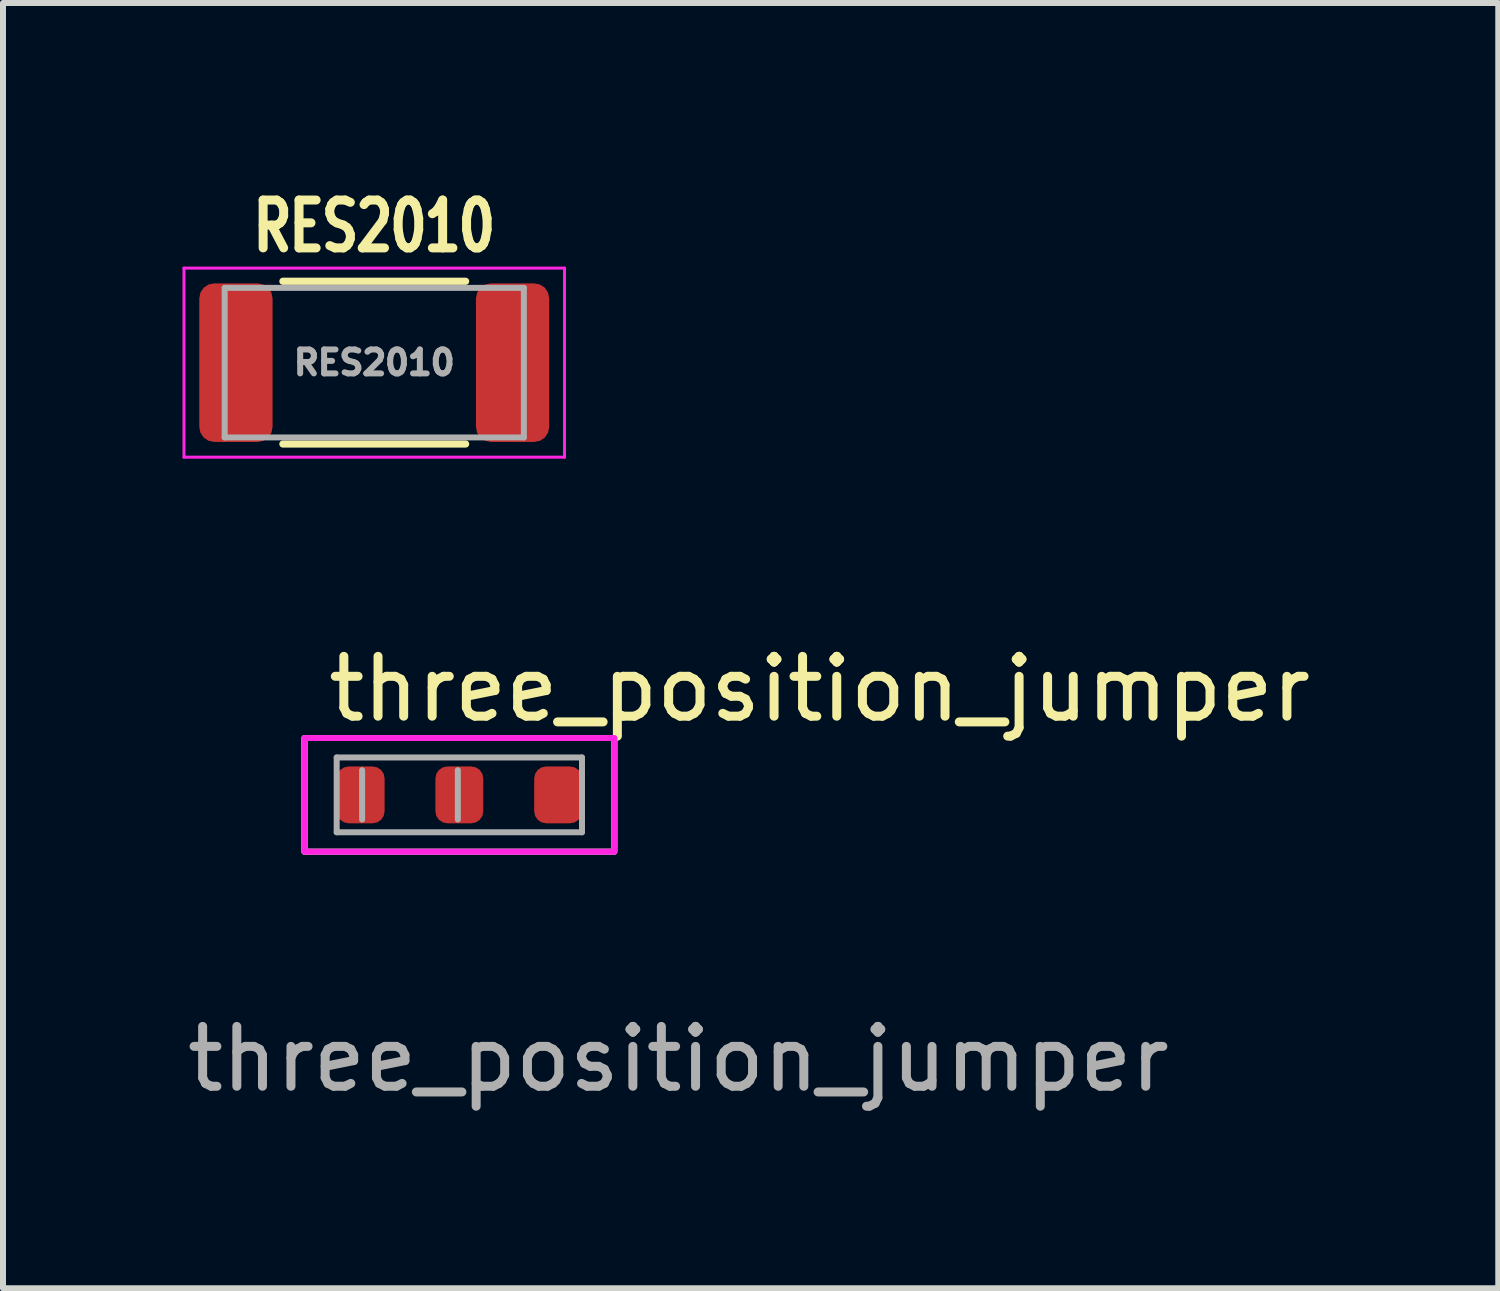
<source format=kicad_pcb>
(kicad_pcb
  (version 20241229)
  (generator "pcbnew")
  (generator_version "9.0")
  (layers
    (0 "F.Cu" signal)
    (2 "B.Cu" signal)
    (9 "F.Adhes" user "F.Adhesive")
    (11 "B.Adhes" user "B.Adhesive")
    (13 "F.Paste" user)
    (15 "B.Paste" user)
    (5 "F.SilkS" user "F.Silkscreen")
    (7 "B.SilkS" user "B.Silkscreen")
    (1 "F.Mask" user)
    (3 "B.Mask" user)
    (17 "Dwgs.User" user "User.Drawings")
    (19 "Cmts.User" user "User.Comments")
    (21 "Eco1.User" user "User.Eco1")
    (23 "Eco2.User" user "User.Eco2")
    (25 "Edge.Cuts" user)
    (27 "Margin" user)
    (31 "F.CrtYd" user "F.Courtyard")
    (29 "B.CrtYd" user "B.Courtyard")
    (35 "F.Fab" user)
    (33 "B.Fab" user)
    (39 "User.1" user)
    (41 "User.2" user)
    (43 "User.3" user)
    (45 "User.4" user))
  (footprint "three_position_jumper"
    (layer "F.Cu")
    (at 4.48 10.395)
    (property "Reference" "three_position_jumper" (at -2.12 -1.93 0) (layer "F.SilkS") (effects (font (size 1 1) (thickness 0.15)) (justify left)))
    (attr smd)
    (fp_rect (start -2.442 -1.11) (end 2.737 0.79) (stroke (width 0.1) (type default)) (fill no) (layer "F.SilkS"))
    (fp_rect (start -2.442 -1.11) (end 2.737 0.79) (stroke (width 0.1) (type default)) (fill no) (layer "F.CrtYd"))
    (fp_line (start -1.903 -0.785) (end 2.197 -0.785) (stroke (width 0.1) (type solid)) (layer "F.Fab"))
    (fp_line (start -1.903 0.465) (end -1.903 -0.785) (stroke (width 0.1) (type solid)) (layer "F.Fab"))
    (fp_line (start -1.903 0.465) (end 2.197 0.465) (stroke (width 0.1) (type solid)) (layer "F.Fab"))
    (fp_line (start -1.478 0.253) (end -1.478 -0.573) (stroke (width 0.1) (type solid)) (layer "F.Fab"))
    (fp_line (start 0.122 -0.573) (end 0.122 0.253) (stroke (width 0.1) (type solid)) (layer "F.Fab"))
    (fp_line (start 2.197 -0.785) (end 2.197 0.465) (stroke (width 0.1) (type solid)) (layer "F.Fab"))
    (fp_rect (start -2.442 -1.11) (end 2.737 0.79) (stroke (width 0.1) (type default)) (fill no) (layer "F.Fab"))
    (fp_text user "${REFERENCE}" (at -4.48 4.84 0) (unlocked yes) (layer "F.Fab") (effects (font (size 1 1) (thickness 0.15)) (justify left bottom)))
    (pad "1" smd roundrect (at -1.502 -0.16) (size 0.8 0.95) (layers "F.Cu" "F.Mask" "F.Paste") (roundrect_rratio 0.25))
    (pad "2" smd roundrect (at 0.147 -0.16) (size 0.8 0.95) (layers "F.Cu" "F.Mask" "F.Paste") (roundrect_rratio 0.25))
    (pad "3" smd roundrect (at 1.798 -0.16) (size 0.8 0.95) (layers "F.Cu" "F.Mask" "F.Paste") (roundrect_rratio 0.25)))
  (footprint "RES2010"
    (layer "F.Cu")
    (at 3.205 3.011)
    (property "Reference" "RES2010" (at 0 -2.28 0) (layer "F.SilkS") (effects (font (size 0.8 0.6) (thickness 0.15))))
    (attr smd)
    (fp_line (start -1.527 -1.36) (end 1.527 -1.36) (stroke (width 0.12) (type solid)) (layer "F.SilkS"))
    (fp_line (start -1.527 1.36) (end 1.527 1.36) (stroke (width 0.12) (type solid)) (layer "F.SilkS"))
    (fp_line (start -3.18 -1.58) (end 3.18 -1.58) (stroke (width 0.05) (type solid)) (layer "F.CrtYd"))
    (fp_line (start -3.18 1.58) (end -3.18 -1.58) (stroke (width 0.05) (type solid)) (layer "F.CrtYd"))
    (fp_line (start 3.18 -1.58) (end 3.18 1.58) (stroke (width 0.05) (type solid)) (layer "F.CrtYd"))
    (fp_line (start 3.18 1.58) (end -3.18 1.58) (stroke (width 0.05) (type solid)) (layer "F.CrtYd"))
    (fp_line (start -2.5 -1.25) (end 2.5 -1.25) (stroke (width 0.1) (type solid)) (layer "F.Fab"))
    (fp_line (start -2.5 1.25) (end -2.5 -1.25) (stroke (width 0.1) (type solid)) (layer "F.Fab"))
    (fp_line (start 2.5 -1.25) (end 2.5 1.25) (stroke (width 0.1) (type solid)) (layer "F.Fab"))
    (fp_line (start 2.5 1.25) (end -2.5 1.25) (stroke (width 0.1) (type solid)) (layer "F.Fab"))
    (fp_text user "${REFERENCE}" (at 0 0 0) (layer "F.Fab") (effects (font (size 0.4 0.4) (thickness 0.1))))
    (pad "1" smd roundrect (at -2.312 0) (size 1.225 2.65) (layers "F.Cu" "F.Mask" "F.Paste") (roundrect_rratio 0.204))
    (pad "2" smd roundrect (at 2.312 0) (size 1.225 2.65) (layers "F.Cu" "F.Mask" "F.Paste") (roundrect_rratio 0.204)))
  (gr_rect
    (start -3 -3)
    (end 21.991 18.481)
    (stroke (width 0.1) (type default))
    (fill no)
    (layer "Edge.Cuts")))
</source>
